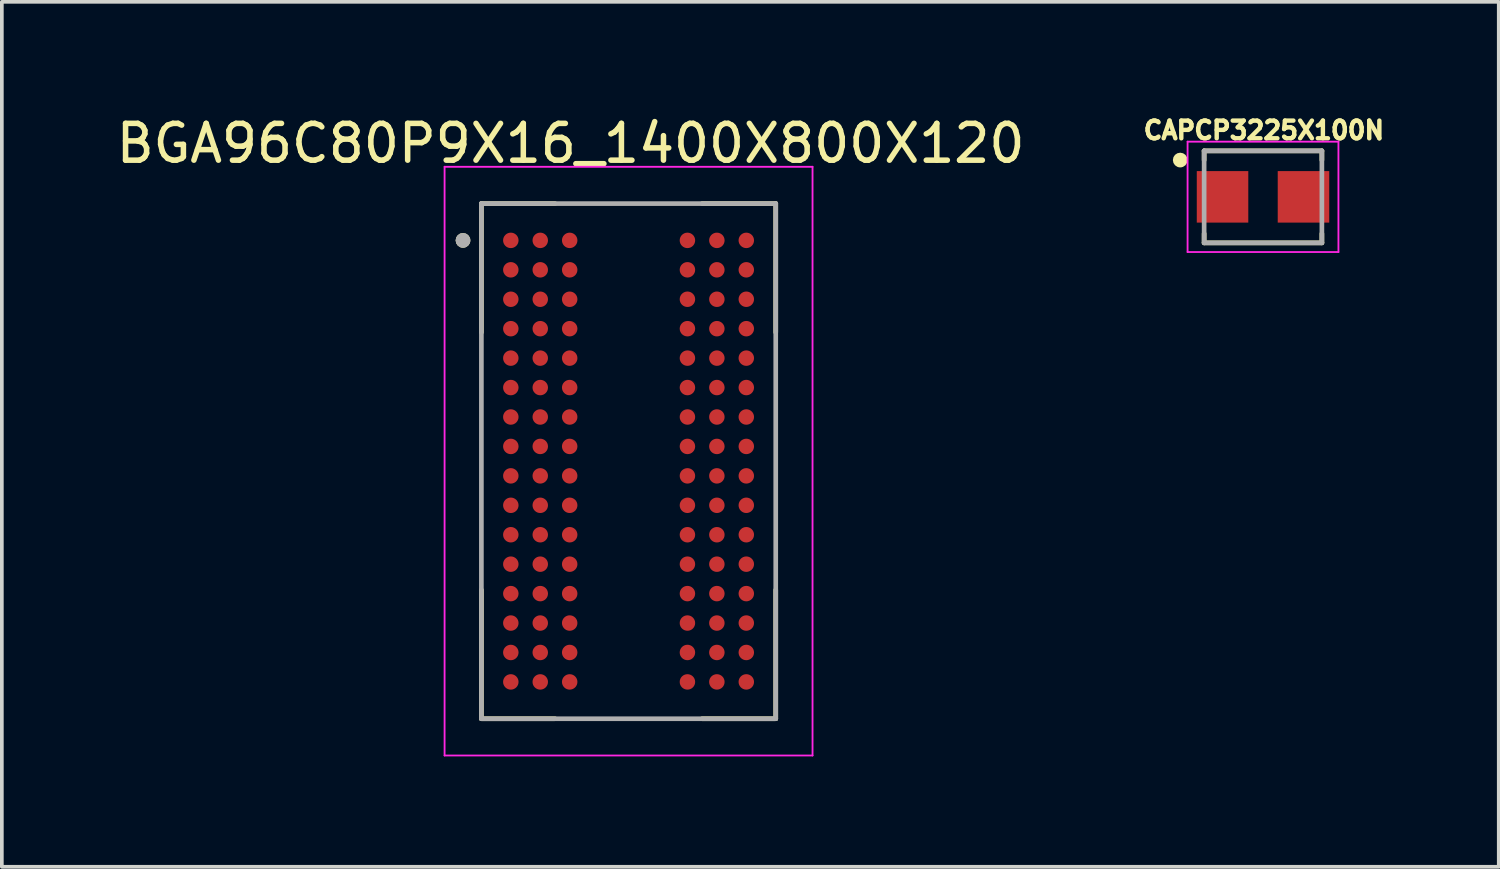
<source format=kicad_pcb>
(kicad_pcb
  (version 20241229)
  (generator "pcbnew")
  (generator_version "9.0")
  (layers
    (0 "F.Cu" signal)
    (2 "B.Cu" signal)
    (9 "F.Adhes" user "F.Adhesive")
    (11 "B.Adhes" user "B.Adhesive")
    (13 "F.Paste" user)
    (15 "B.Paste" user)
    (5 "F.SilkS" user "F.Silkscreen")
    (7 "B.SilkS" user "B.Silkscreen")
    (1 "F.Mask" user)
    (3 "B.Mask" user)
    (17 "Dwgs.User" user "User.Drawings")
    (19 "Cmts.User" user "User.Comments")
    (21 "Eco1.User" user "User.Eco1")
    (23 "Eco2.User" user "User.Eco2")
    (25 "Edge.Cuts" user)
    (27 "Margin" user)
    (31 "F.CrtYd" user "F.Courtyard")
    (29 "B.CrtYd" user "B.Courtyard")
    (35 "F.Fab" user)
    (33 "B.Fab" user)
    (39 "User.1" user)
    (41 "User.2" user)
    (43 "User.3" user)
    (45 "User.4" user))
  (footprint "BGA96C80P9X16_1400X800X120"
    (layer "F.Cu")
    (at 14.033 9.483)
    (property "Reference" "BGA96C80P9X16_1400X800X120" (at -1.575 -8.635 0) (layer "F.SilkS") (effects (font (size 1 1) (thickness 0.15))))
    (attr smd)
    (fp_line (start -4 -7) (end -4 -3.5) (stroke (width 0.127) (type solid)) (layer "F.SilkS"))
    (fp_line (start -4 -7) (end -2 -7) (stroke (width 0.127) (type solid)) (layer "F.SilkS"))
    (fp_line (start -4 7) (end -4 3.5) (stroke (width 0.127) (type solid)) (layer "F.SilkS"))
    (fp_line (start -4 7) (end -2 7) (stroke (width 0.127) (type solid)) (layer "F.SilkS"))
    (fp_line (start 4 -7) (end 2 -7) (stroke (width 0.127) (type solid)) (layer "F.SilkS"))
    (fp_line (start 4 -7) (end 4 -3.5) (stroke (width 0.127) (type solid)) (layer "F.SilkS"))
    (fp_line (start 4 7) (end 2 7) (stroke (width 0.127) (type solid)) (layer "F.SilkS"))
    (fp_line (start 4 7) (end 4 3.5) (stroke (width 0.127) (type solid)) (layer "F.SilkS"))
    (fp_circle (center -4.5 -6) (end -4.4 -6) (stroke (width 0.2) (type solid)) (fill no) (layer "F.SilkS"))
    (fp_line (start -5 -8) (end 5 -8) (stroke (width 0.05) (type solid)) (layer "F.CrtYd"))
    (fp_line (start -5 8) (end -5 -8) (stroke (width 0.05) (type solid)) (layer "F.CrtYd"))
    (fp_line (start -5 8) (end 5 8) (stroke (width 0.05) (type solid)) (layer "F.CrtYd"))
    (fp_line (start 5 8) (end 5 -8) (stroke (width 0.05) (type solid)) (layer "F.CrtYd"))
    (fp_line (start -4 7) (end -4 -7) (stroke (width 0.127) (type solid)) (layer "F.Fab"))
    (fp_line (start 4 -7) (end -4 -7) (stroke (width 0.127) (type solid)) (layer "F.Fab"))
    (fp_line (start 4 7) (end -4 7) (stroke (width 0.127) (type solid)) (layer "F.Fab"))
    (fp_line (start 4 7) (end 4 -7) (stroke (width 0.127) (type solid)) (layer "F.Fab"))
    (fp_circle (center -4.5 -6) (end -4.4 -6) (stroke (width 0.2) (type solid)) (fill no) (layer "F.Fab"))
    (pad "A1" smd circle (at -3.2 -6) (size 0.42 0.42) (layers "F.Cu" "F.Mask" "F.Paste"))
    (pad "A2" smd circle (at -2.4 -6) (size 0.42 0.42) (layers "F.Cu" "F.Mask" "F.Paste"))
    (pad "A3" smd circle (at -1.6 -6) (size 0.42 0.42) (layers "F.Cu" "F.Mask" "F.Paste"))
    (pad "A7" smd circle (at 1.6 -6) (size 0.42 0.42) (layers "F.Cu" "F.Mask" "F.Paste"))
    (pad "A8" smd circle (at 2.4 -6) (size 0.42 0.42) (layers "F.Cu" "F.Mask" "F.Paste"))
    (pad "A9" smd circle (at 3.2 -6) (size 0.42 0.42) (layers "F.Cu" "F.Mask" "F.Paste"))
    (pad "B1" smd circle (at -3.2 -5.2) (size 0.42 0.42) (layers "F.Cu" "F.Mask" "F.Paste"))
    (pad "B2" smd circle (at -2.4 -5.2) (size 0.42 0.42) (layers "F.Cu" "F.Mask" "F.Paste"))
    (pad "B3" smd circle (at -1.6 -5.2) (size 0.42 0.42) (layers "F.Cu" "F.Mask" "F.Paste"))
    (pad "B7" smd circle (at 1.6 -5.2) (size 0.42 0.42) (layers "F.Cu" "F.Mask" "F.Paste"))
    (pad "B8" smd circle (at 2.4 -5.2) (size 0.42 0.42) (layers "F.Cu" "F.Mask" "F.Paste"))
    (pad "B9" smd circle (at 3.2 -5.2) (size 0.42 0.42) (layers "F.Cu" "F.Mask" "F.Paste"))
    (pad "C1" smd circle (at -3.2 -4.4) (size 0.42 0.42) (layers "F.Cu" "F.Mask" "F.Paste"))
    (pad "C2" smd circle (at -2.4 -4.4) (size 0.42 0.42) (layers "F.Cu" "F.Mask" "F.Paste"))
    (pad "C3" smd circle (at -1.6 -4.4) (size 0.42 0.42) (layers "F.Cu" "F.Mask" "F.Paste"))
    (pad "C7" smd circle (at 1.6 -4.4) (size 0.42 0.42) (layers "F.Cu" "F.Mask" "F.Paste"))
    (pad "C8" smd circle (at 2.4 -4.4) (size 0.42 0.42) (layers "F.Cu" "F.Mask" "F.Paste"))
    (pad "C9" smd circle (at 3.2 -4.4) (size 0.42 0.42) (layers "F.Cu" "F.Mask" "F.Paste"))
    (pad "D1" smd circle (at -3.2 -3.6) (size 0.42 0.42) (layers "F.Cu" "F.Mask" "F.Paste"))
    (pad "D2" smd circle (at -2.4 -3.6) (size 0.42 0.42) (layers "F.Cu" "F.Mask" "F.Paste"))
    (pad "D3" smd circle (at -1.6 -3.6) (size 0.42 0.42) (layers "F.Cu" "F.Mask" "F.Paste"))
    (pad "D7" smd circle (at 1.6 -3.6) (size 0.42 0.42) (layers "F.Cu" "F.Mask" "F.Paste"))
    (pad "D8" smd circle (at 2.4 -3.6) (size 0.42 0.42) (layers "F.Cu" "F.Mask" "F.Paste"))
    (pad "D9" smd circle (at 3.2 -3.6) (size 0.42 0.42) (layers "F.Cu" "F.Mask" "F.Paste"))
    (pad "E1" smd circle (at -3.2 -2.8) (size 0.42 0.42) (layers "F.Cu" "F.Mask" "F.Paste"))
    (pad "E2" smd circle (at -2.4 -2.8) (size 0.42 0.42) (layers "F.Cu" "F.Mask" "F.Paste"))
    (pad "E3" smd circle (at -1.6 -2.8) (size 0.42 0.42) (layers "F.Cu" "F.Mask" "F.Paste"))
    (pad "E7" smd circle (at 1.6 -2.8) (size 0.42 0.42) (layers "F.Cu" "F.Mask" "F.Paste"))
    (pad "E8" smd circle (at 2.4 -2.8) (size 0.42 0.42) (layers "F.Cu" "F.Mask" "F.Paste"))
    (pad "E9" smd circle (at 3.2 -2.8) (size 0.42 0.42) (layers "F.Cu" "F.Mask" "F.Paste"))
    (pad "F1" smd circle (at -3.2 -2) (size 0.42 0.42) (layers "F.Cu" "F.Mask" "F.Paste"))
    (pad "F2" smd circle (at -2.4 -2) (size 0.42 0.42) (layers "F.Cu" "F.Mask" "F.Paste"))
    (pad "F3" smd circle (at -1.6 -2) (size 0.42 0.42) (layers "F.Cu" "F.Mask" "F.Paste"))
    (pad "F7" smd circle (at 1.6 -2) (size 0.42 0.42) (layers "F.Cu" "F.Mask" "F.Paste"))
    (pad "F8" smd circle (at 2.4 -2) (size 0.42 0.42) (layers "F.Cu" "F.Mask" "F.Paste"))
    (pad "F9" smd circle (at 3.2 -2) (size 0.42 0.42) (layers "F.Cu" "F.Mask" "F.Paste"))
    (pad "G1" smd circle (at -3.2 -1.2) (size 0.42 0.42) (layers "F.Cu" "F.Mask" "F.Paste"))
    (pad "G2" smd circle (at -2.4 -1.2) (size 0.42 0.42) (layers "F.Cu" "F.Mask" "F.Paste"))
    (pad "G3" smd circle (at -1.6 -1.2) (size 0.42 0.42) (layers "F.Cu" "F.Mask" "F.Paste"))
    (pad "G7" smd circle (at 1.6 -1.2) (size 0.42 0.42) (layers "F.Cu" "F.Mask" "F.Paste"))
    (pad "G8" smd circle (at 2.4 -1.2) (size 0.42 0.42) (layers "F.Cu" "F.Mask" "F.Paste"))
    (pad "G9" smd circle (at 3.2 -1.2) (size 0.42 0.42) (layers "F.Cu" "F.Mask" "F.Paste"))
    (pad "H1" smd circle (at -3.2 -0.4) (size 0.42 0.42) (layers "F.Cu" "F.Mask" "F.Paste"))
    (pad "H2" smd circle (at -2.4 -0.4) (size 0.42 0.42) (layers "F.Cu" "F.Mask" "F.Paste"))
    (pad "H3" smd circle (at -1.6 -0.4) (size 0.42 0.42) (layers "F.Cu" "F.Mask" "F.Paste"))
    (pad "H7" smd circle (at 1.6 -0.4) (size 0.42 0.42) (layers "F.Cu" "F.Mask" "F.Paste"))
    (pad "H8" smd circle (at 2.4 -0.4) (size 0.42 0.42) (layers "F.Cu" "F.Mask" "F.Paste"))
    (pad "H9" smd circle (at 3.2 -0.4) (size 0.42 0.42) (layers "F.Cu" "F.Mask" "F.Paste"))
    (pad "J1" smd circle (at -3.2 0.4) (size 0.42 0.42) (layers "F.Cu" "F.Mask" "F.Paste"))
    (pad "J2" smd circle (at -2.4 0.4) (size 0.42 0.42) (layers "F.Cu" "F.Mask" "F.Paste"))
    (pad "J3" smd circle (at -1.6 0.4) (size 0.42 0.42) (layers "F.Cu" "F.Mask" "F.Paste"))
    (pad "J7" smd circle (at 1.6 0.4) (size 0.42 0.42) (layers "F.Cu" "F.Mask" "F.Paste"))
    (pad "J8" smd circle (at 2.4 0.4) (size 0.42 0.42) (layers "F.Cu" "F.Mask" "F.Paste"))
    (pad "J9" smd circle (at 3.2 0.4) (size 0.42 0.42) (layers "F.Cu" "F.Mask" "F.Paste"))
    (pad "K1" smd circle (at -3.2 1.2) (size 0.42 0.42) (layers "F.Cu" "F.Mask" "F.Paste"))
    (pad "K2" smd circle (at -2.4 1.2) (size 0.42 0.42) (layers "F.Cu" "F.Mask" "F.Paste"))
    (pad "K3" smd circle (at -1.6 1.2) (size 0.42 0.42) (layers "F.Cu" "F.Mask" "F.Paste"))
    (pad "K7" smd circle (at 1.6 1.2) (size 0.42 0.42) (layers "F.Cu" "F.Mask" "F.Paste"))
    (pad "K8" smd circle (at 2.4 1.2) (size 0.42 0.42) (layers "F.Cu" "F.Mask" "F.Paste"))
    (pad "K9" smd circle (at 3.2 1.2) (size 0.42 0.42) (layers "F.Cu" "F.Mask" "F.Paste"))
    (pad "L1" smd circle (at -3.2 2) (size 0.42 0.42) (layers "F.Cu" "F.Mask" "F.Paste"))
    (pad "L2" smd circle (at -2.4 2) (size 0.42 0.42) (layers "F.Cu" "F.Mask" "F.Paste"))
    (pad "L3" smd circle (at -1.6 2) (size 0.42 0.42) (layers "F.Cu" "F.Mask" "F.Paste"))
    (pad "L7" smd circle (at 1.6 2) (size 0.42 0.42) (layers "F.Cu" "F.Mask" "F.Paste"))
    (pad "L8" smd circle (at 2.4 2) (size 0.42 0.42) (layers "F.Cu" "F.Mask" "F.Paste"))
    (pad "L9" smd circle (at 3.2 2) (size 0.42 0.42) (layers "F.Cu" "F.Mask" "F.Paste"))
    (pad "M1" smd circle (at -3.2 2.8) (size 0.42 0.42) (layers "F.Cu" "F.Mask" "F.Paste"))
    (pad "M2" smd circle (at -2.4 2.8) (size 0.42 0.42) (layers "F.Cu" "F.Mask" "F.Paste"))
    (pad "M3" smd circle (at -1.6 2.8) (size 0.42 0.42) (layers "F.Cu" "F.Mask" "F.Paste"))
    (pad "M7" smd circle (at 1.6 2.8) (size 0.42 0.42) (layers "F.Cu" "F.Mask" "F.Paste"))
    (pad "M8" smd circle (at 2.4 2.8) (size 0.42 0.42) (layers "F.Cu" "F.Mask" "F.Paste"))
    (pad "M9" smd circle (at 3.2 2.8) (size 0.42 0.42) (layers "F.Cu" "F.Mask" "F.Paste"))
    (pad "N1" smd circle (at -3.2 3.6) (size 0.42 0.42) (layers "F.Cu" "F.Mask" "F.Paste"))
    (pad "N2" smd circle (at -2.4 3.6) (size 0.42 0.42) (layers "F.Cu" "F.Mask" "F.Paste"))
    (pad "N3" smd circle (at -1.6 3.6) (size 0.42 0.42) (layers "F.Cu" "F.Mask" "F.Paste"))
    (pad "N7" smd circle (at 1.6 3.6) (size 0.42 0.42) (layers "F.Cu" "F.Mask" "F.Paste"))
    (pad "N8" smd circle (at 2.4 3.6) (size 0.42 0.42) (layers "F.Cu" "F.Mask" "F.Paste"))
    (pad "N9" smd circle (at 3.2 3.6) (size 0.42 0.42) (layers "F.Cu" "F.Mask" "F.Paste"))
    (pad "P1" smd circle (at -3.2 4.4) (size 0.42 0.42) (layers "F.Cu" "F.Mask" "F.Paste"))
    (pad "P2" smd circle (at -2.4 4.4) (size 0.42 0.42) (layers "F.Cu" "F.Mask" "F.Paste"))
    (pad "P3" smd circle (at -1.6 4.4) (size 0.42 0.42) (layers "F.Cu" "F.Mask" "F.Paste"))
    (pad "P7" smd circle (at 1.6 4.4) (size 0.42 0.42) (layers "F.Cu" "F.Mask" "F.Paste"))
    (pad "P8" smd circle (at 2.4 4.4) (size 0.42 0.42) (layers "F.Cu" "F.Mask" "F.Paste"))
    (pad "P9" smd circle (at 3.2 4.4) (size 0.42 0.42) (layers "F.Cu" "F.Mask" "F.Paste"))
    (pad "R1" smd circle (at -3.2 5.2) (size 0.42 0.42) (layers "F.Cu" "F.Mask" "F.Paste"))
    (pad "R2" smd circle (at -2.4 5.2) (size 0.42 0.42) (layers "F.Cu" "F.Mask" "F.Paste"))
    (pad "R3" smd circle (at -1.6 5.2) (size 0.42 0.42) (layers "F.Cu" "F.Mask" "F.Paste"))
    (pad "R7" smd circle (at 1.6 5.2) (size 0.42 0.42) (layers "F.Cu" "F.Mask" "F.Paste"))
    (pad "R8" smd circle (at 2.4 5.2) (size 0.42 0.42) (layers "F.Cu" "F.Mask" "F.Paste"))
    (pad "R9" smd circle (at 3.2 5.2) (size 0.42 0.42) (layers "F.Cu" "F.Mask" "F.Paste"))
    (pad "T1" smd circle (at -3.2 6) (size 0.42 0.42) (layers "F.Cu" "F.Mask" "F.Paste"))
    (pad "T2" smd circle (at -2.4 6) (size 0.42 0.42) (layers "F.Cu" "F.Mask" "F.Paste"))
    (pad "T3" smd circle (at -1.6 6) (size 0.42 0.42) (layers "F.Cu" "F.Mask" "F.Paste"))
    (pad "T7" smd circle (at 1.6 6) (size 0.42 0.42) (layers "F.Cu" "F.Mask" "F.Paste"))
    (pad "T8" smd circle (at 2.4 6) (size 0.42 0.42) (layers "F.Cu" "F.Mask" "F.Paste"))
    (pad "T9" smd circle (at 3.2 6) (size 0.42 0.42) (layers "F.Cu" "F.Mask" "F.Paste")))
  (footprint "CAPCP3225X100N"
    (layer "F.Cu")
    (at 31.276 2.3)
    (property "Reference" "CAPCP3225X100N" (at 0.024 -1.808 0) (layer "F.SilkS") (effects (font (size 0.481 0.481) (thickness 0.15))))
    (attr smd)
    (fp_line (start -1.6 -1.25) (end -1.6 -1) (stroke (width 0.127) (type solid)) (layer "F.SilkS"))
    (fp_line (start -1.6 1.25) (end -1.6 1) (stroke (width 0.127) (type solid)) (layer "F.SilkS"))
    (fp_line (start 1.6 -1.25) (end -1.6 -1.25) (stroke (width 0.127) (type solid)) (layer "F.SilkS"))
    (fp_line (start 1.6 -1) (end 1.6 -1.25) (stroke (width 0.127) (type solid)) (layer "F.SilkS"))
    (fp_line (start 1.6 1) (end 1.6 1.25) (stroke (width 0.127) (type solid)) (layer "F.SilkS"))
    (fp_line (start 1.6 1.25) (end -1.6 1.25) (stroke (width 0.127) (type solid)) (layer "F.SilkS"))
    (fp_circle (center -2.25 -1) (end -2.15 -1) (stroke (width 0.2) (type solid)) (fill no) (layer "F.SilkS"))
    (fp_line (start -2.05 -1.5) (end 2.05 -1.5) (stroke (width 0.05) (type solid)) (layer "F.CrtYd"))
    (fp_line (start -2.05 1.5) (end -2.05 -1.5) (stroke (width 0.05) (type solid)) (layer "F.CrtYd"))
    (fp_line (start 2.05 -1.5) (end 2.05 1.5) (stroke (width 0.05) (type solid)) (layer "F.CrtYd"))
    (fp_line (start 2.05 1.5) (end -2.05 1.5) (stroke (width 0.05) (type solid)) (layer "F.CrtYd"))
    (fp_line (start -1.6 -1.25) (end 1.6 -1.25) (stroke (width 0.127) (type solid)) (layer "F.Fab"))
    (fp_line (start -1.6 1.25) (end -1.6 -1.25) (stroke (width 0.127) (type solid)) (layer "F.Fab"))
    (fp_line (start 1.6 -1.25) (end 1.6 1.25) (stroke (width 0.127) (type solid)) (layer "F.Fab"))
    (fp_line (start 1.6 1.25) (end -1.6 1.25) (stroke (width 0.127) (type solid)) (layer "F.Fab"))
    (pad "1" smd rect (at -1.1 0) (size 1.4 1.4) (layers "F.Cu" "F.Mask" "F.Paste"))
    (pad "2" smd rect (at 1.1 0) (size 1.4 1.4) (layers "F.Cu" "F.Mask" "F.Paste")))
  (gr_rect
    (start -3 -3)
    (end 37.683 20.508)
    (stroke (width 0.1) (type default))
    (fill no)
    (layer "Edge.Cuts")))
</source>
